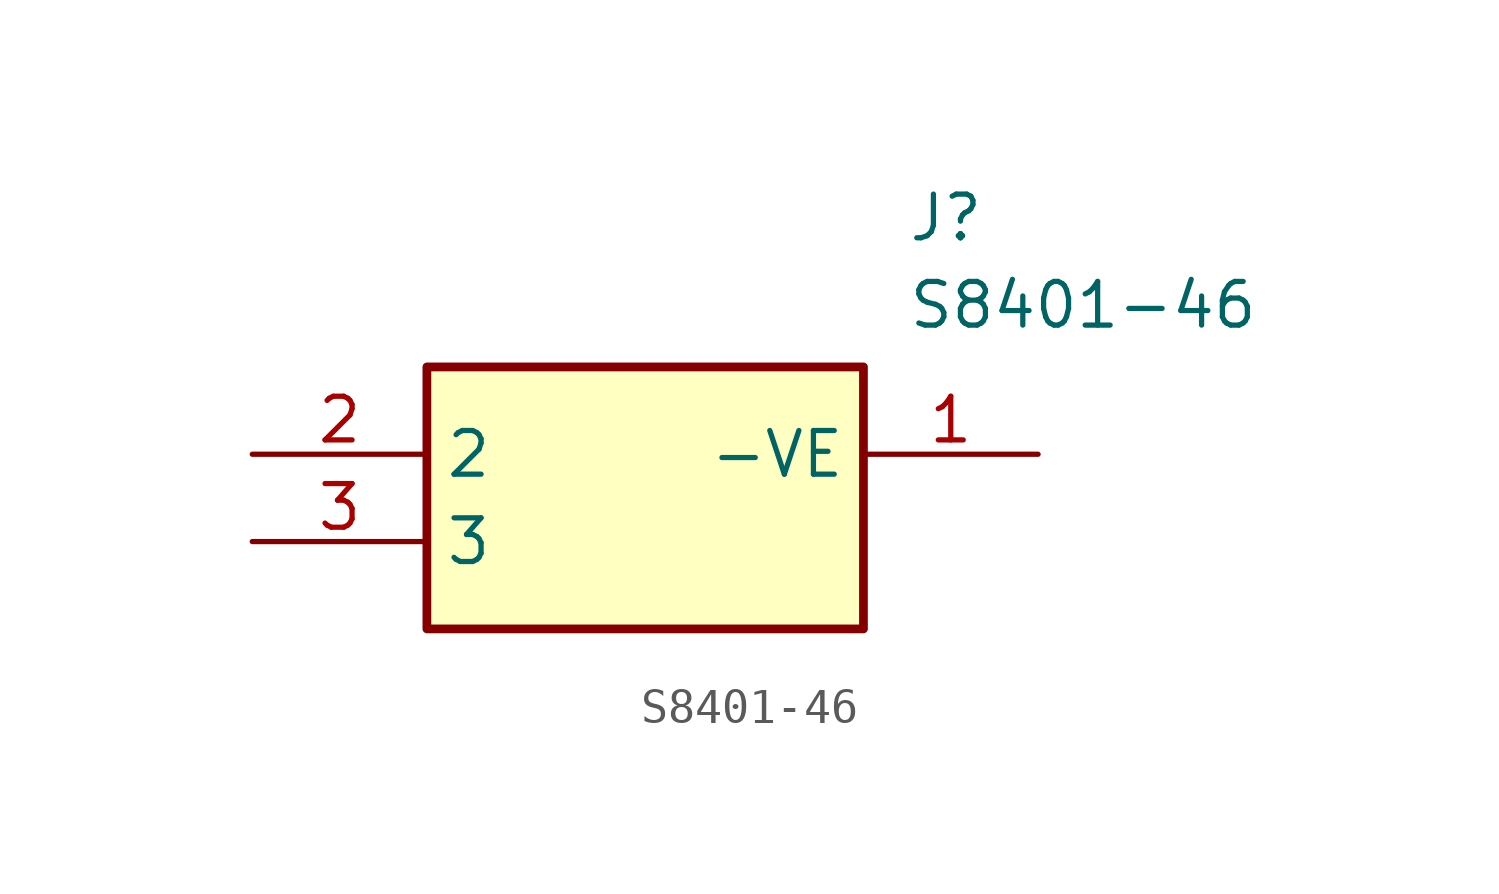
<source format=kicad_sym>
(kicad_symbol_lib
  (version 20211014)
  (generator SamacSys_ECAD_Model)
  (symbol "S8401-46"
    (property "Reference" "J"
      (at 19.05 7.62 0)
      (effects (font (size 1.27 1.27)) (justify left top)))
    (property "Value" "S8401-46"
      (at 19.05 5.08 0)
      (effects (font (size 1.27 1.27)) (justify left top)))
    (rectangle
      (start 5.08 2.54)
      (end 17.78 -5.08)
      (stroke (width 0.254) (type default))
      (fill (type background)))
    (pin passive line
      (at 22.86 0 180)
      (length 5.08)
      (name "-VE" (effects (font (size 1.27 1.27))))
      (number "1" (effects (font (size 1.27 1.27)))))
    (pin passive line
      (at 0 0 0)
      (length 5.08)
      (name "2" (effects (font (size 1.27 1.27))))
      (number "2" (effects (font (size 1.27 1.27)))))
    (pin passive line
      (at 0 -2.54 0)
      (length 5.08)
      (name "3" (effects (font (size 1.27 1.27))))
      (number "3" (effects (font (size 1.27 1.27)))))))
</source>
